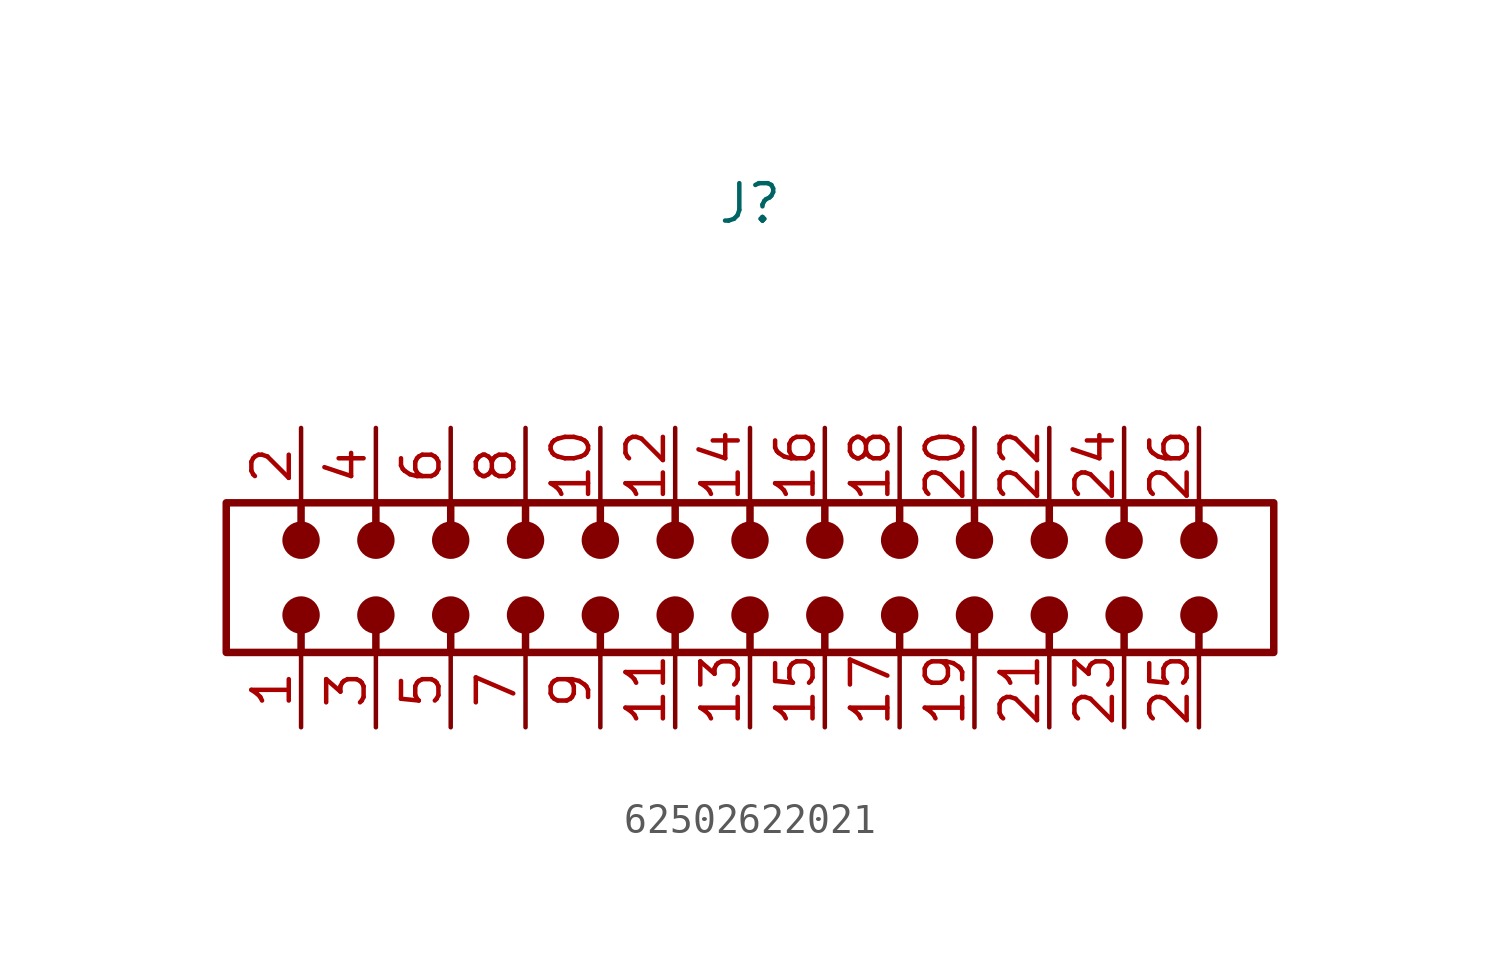
<source format=kicad_sym>
(kicad_symbol_lib
  (version 20241209)
  (generator "kicad_symbol_editor")
  (generator_version "9.0")
  (symbol "62502622021"
    (pin_names
      (hide yes))
    (property "Reference" "J"
      (at 0 12.7 0)
      (effects (font (size 1.27 1.27))))
    (symbol "62502622021_1_1"
      (rectangle (start -17.78 2.54) (end 17.78 -2.54) (stroke (width 0.254) (type solid)) (fill (type none)))
      (polyline (pts (xy -15.24 1.778) (xy -15.24 2.54)) (stroke (width 0.254) (type solid)) (fill (type none)))
      (circle (center -15.24 1.27) (radius 0.508) (stroke (width 0.254) (type solid)) (fill (type outline)))
      (circle (center -15.24 -1.27) (radius 0.508) (stroke (width 0.254) (type solid)) (fill (type outline)))
      (polyline (pts (xy -15.24 -1.778) (xy -15.24 -2.54)) (stroke (width 0.254) (type solid)) (fill (type none)))
      (polyline (pts (xy -12.7 1.778) (xy -12.7 2.54)) (stroke (width 0.254) (type solid)) (fill (type none)))
      (circle (center -12.7 1.27) (radius 0.508) (stroke (width 0.254) (type solid)) (fill (type outline)))
      (circle (center -12.7 -1.27) (radius 0.508) (stroke (width 0.254) (type solid)) (fill (type outline)))
      (polyline (pts (xy -12.7 -1.778) (xy -12.7 -2.54)) (stroke (width 0.254) (type solid)) (fill (type none)))
      (polyline (pts (xy -10.16 1.778) (xy -10.16 2.54)) (stroke (width 0.254) (type solid)) (fill (type none)))
      (circle (center -10.16 1.27) (radius 0.508) (stroke (width 0.254) (type solid)) (fill (type outline)))
      (circle (center -10.16 -1.27) (radius 0.508) (stroke (width 0.254) (type solid)) (fill (type outline)))
      (polyline (pts (xy -10.16 -1.778) (xy -10.16 -2.54)) (stroke (width 0.254) (type solid)) (fill (type none)))
      (polyline (pts (xy -7.62 1.778) (xy -7.62 2.54)) (stroke (width 0.254) (type solid)) (fill (type none)))
      (circle (center -7.62 1.27) (radius 0.508) (stroke (width 0.254) (type solid)) (fill (type outline)))
      (circle (center -7.62 -1.27) (radius 0.508) (stroke (width 0.254) (type solid)) (fill (type outline)))
      (polyline (pts (xy -7.62 -1.778) (xy -7.62 -2.54)) (stroke (width 0.254) (type solid)) (fill (type none)))
      (polyline (pts (xy -5.08 1.778) (xy -5.08 2.54)) (stroke (width 0.254) (type solid)) (fill (type none)))
      (circle (center -5.08 1.27) (radius 0.508) (stroke (width 0.254) (type solid)) (fill (type outline)))
      (circle (center -5.08 -1.27) (radius 0.508) (stroke (width 0.254) (type solid)) (fill (type outline)))
      (polyline (pts (xy -5.08 -1.778) (xy -5.08 -2.54)) (stroke (width 0.254) (type solid)) (fill (type none)))
      (polyline (pts (xy -2.54 1.778) (xy -2.54 2.54)) (stroke (width 0.254) (type solid)) (fill (type none)))
      (circle (center -2.54 1.27) (radius 0.508) (stroke (width 0.254) (type solid)) (fill (type outline)))
      (circle (center -2.54 -1.27) (radius 0.508) (stroke (width 0.254) (type solid)) (fill (type outline)))
      (polyline (pts (xy -2.54 -1.778) (xy -2.54 -2.54)) (stroke (width 0.254) (type solid)) (fill (type none)))
      (polyline (pts (xy 0 1.778) (xy 0 2.54)) (stroke (width 0.254) (type solid)) (fill (type none)))
      (circle (center 0 1.27) (radius 0.508) (stroke (width 0.254) (type solid)) (fill (type outline)))
      (circle (center 0 -1.27) (radius 0.508) (stroke (width 0.254) (type solid)) (fill (type outline)))
      (polyline (pts (xy 0 -1.778) (xy 0 -2.54)) (stroke (width 0.254) (type solid)) (fill (type none)))
      (polyline (pts (xy 2.54 1.778) (xy 2.54 2.54)) (stroke (width 0.254) (type solid)) (fill (type none)))
      (circle (center 2.54 1.27) (radius 0.508) (stroke (width 0.254) (type solid)) (fill (type outline)))
      (circle (center 2.54 -1.27) (radius 0.508) (stroke (width 0.254) (type solid)) (fill (type outline)))
      (polyline (pts (xy 2.54 -1.778) (xy 2.54 -2.54)) (stroke (width 0.254) (type solid)) (fill (type none)))
      (polyline (pts (xy 5.08 1.778) (xy 5.08 2.54)) (stroke (width 0.254) (type solid)) (fill (type none)))
      (circle (center 5.08 1.27) (radius 0.508) (stroke (width 0.254) (type solid)) (fill (type outline)))
      (circle (center 5.08 -1.27) (radius 0.508) (stroke (width 0.254) (type solid)) (fill (type outline)))
      (polyline (pts (xy 5.08 -1.778) (xy 5.08 -2.54)) (stroke (width 0.254) (type solid)) (fill (type none)))
      (polyline (pts (xy 7.62 1.778) (xy 7.62 2.54)) (stroke (width 0.254) (type solid)) (fill (type none)))
      (circle (center 7.62 1.27) (radius 0.508) (stroke (width 0.254) (type solid)) (fill (type outline)))
      (circle (center 7.62 -1.27) (radius 0.508) (stroke (width 0.254) (type solid)) (fill (type outline)))
      (polyline (pts (xy 7.62 -1.778) (xy 7.62 -2.54)) (stroke (width 0.254) (type solid)) (fill (type none)))
      (polyline (pts (xy 10.16 1.778) (xy 10.16 2.54)) (stroke (width 0.254) (type solid)) (fill (type none)))
      (circle (center 10.16 1.27) (radius 0.508) (stroke (width 0.254) (type solid)) (fill (type outline)))
      (circle (center 10.16 -1.27) (radius 0.508) (stroke (width 0.254) (type solid)) (fill (type outline)))
      (polyline (pts (xy 10.16 -1.778) (xy 10.16 -2.54)) (stroke (width 0.254) (type solid)) (fill (type none)))
      (polyline (pts (xy 12.7 1.778) (xy 12.7 2.54)) (stroke (width 0.254) (type solid)) (fill (type none)))
      (circle (center 12.7 1.27) (radius 0.508) (stroke (width 0.254) (type solid)) (fill (type outline)))
      (circle (center 12.7 -1.27) (radius 0.508) (stroke (width 0.254) (type solid)) (fill (type outline)))
      (polyline (pts (xy 12.7 -1.778) (xy 12.7 -2.54)) (stroke (width 0.254) (type solid)) (fill (type none)))
      (polyline (pts (xy 15.24 1.778) (xy 15.24 2.54)) (stroke (width 0.254) (type solid)) (fill (type none)))
      (circle (center 15.24 1.27) (radius 0.508) (stroke (width 0.254) (type solid)) (fill (type outline)))
      (circle (center 15.24 -1.27) (radius 0.508) (stroke (width 0.254) (type solid)) (fill (type outline)))
      (polyline (pts (xy 15.24 -1.778) (xy 15.24 -2.54)) (stroke (width 0.254) (type solid)) (fill (type none)))
      (pin passive line (at -15.24 5.08 270) (length 2.54) (name "2" (effects (font (size 1.27 1.27)))) (number "2" (effects (font (size 1.27 1.27)))))
      (pin passive line (at -15.24 -5.08 90) (length 2.54) (name "1" (effects (font (size 1.27 1.27)))) (number "1" (effects (font (size 1.27 1.27)))))
      (pin passive line (at -12.7 5.08 270) (length 2.54) (name "4" (effects (font (size 1.27 1.27)))) (number "4" (effects (font (size 1.27 1.27)))))
      (pin passive line (at -12.7 -5.08 90) (length 2.54) (name "3" (effects (font (size 1.27 1.27)))) (number "3" (effects (font (size 1.27 1.27)))))
      (pin passive line (at -10.16 5.08 270) (length 2.54) (name "6" (effects (font (size 1.27 1.27)))) (number "6" (effects (font (size 1.27 1.27)))))
      (pin passive line (at -10.16 -5.08 90) (length 2.54) (name "5" (effects (font (size 1.27 1.27)))) (number "5" (effects (font (size 1.27 1.27)))))
      (pin passive line (at -7.62 5.08 270) (length 2.54) (name "8" (effects (font (size 1.27 1.27)))) (number "8" (effects (font (size 1.27 1.27)))))
      (pin passive line (at -7.62 -5.08 90) (length 2.54) (name "7" (effects (font (size 1.27 1.27)))) (number "7" (effects (font (size 1.27 1.27)))))
      (pin passive line (at -5.08 5.08 270) (length 2.54) (name "10" (effects (font (size 1.27 1.27)))) (number "10" (effects (font (size 1.27 1.27)))))
      (pin passive line (at -5.08 -5.08 90) (length 2.54) (name "9" (effects (font (size 1.27 1.27)))) (number "9" (effects (font (size 1.27 1.27)))))
      (pin passive line (at -2.54 5.08 270) (length 2.54) (name "12" (effects (font (size 1.27 1.27)))) (number "12" (effects (font (size 1.27 1.27)))))
      (pin passive line (at -2.54 -5.08 90) (length 2.54) (name "11" (effects (font (size 1.27 1.27)))) (number "11" (effects (font (size 1.27 1.27)))))
      (pin passive line (at 0 5.08 270) (length 2.54) (name "14" (effects (font (size 1.27 1.27)))) (number "14" (effects (font (size 1.27 1.27)))))
      (pin passive line (at 0 -5.08 90) (length 2.54) (name "13" (effects (font (size 1.27 1.27)))) (number "13" (effects (font (size 1.27 1.27)))))
      (pin passive line (at 2.54 5.08 270) (length 2.54) (name "16" (effects (font (size 1.27 1.27)))) (number "16" (effects (font (size 1.27 1.27)))))
      (pin passive line (at 2.54 -5.08 90) (length 2.54) (name "15" (effects (font (size 1.27 1.27)))) (number "15" (effects (font (size 1.27 1.27)))))
      (pin passive line (at 5.08 5.08 270) (length 2.54) (name "18" (effects (font (size 1.27 1.27)))) (number "18" (effects (font (size 1.27 1.27)))))
      (pin passive line (at 5.08 -5.08 90) (length 2.54) (name "17" (effects (font (size 1.27 1.27)))) (number "17" (effects (font (size 1.27 1.27)))))
      (pin passive line (at 7.62 5.08 270) (length 2.54) (name "20" (effects (font (size 1.27 1.27)))) (number "20" (effects (font (size 1.27 1.27)))))
      (pin passive line (at 7.62 -5.08 90) (length 2.54) (name "19" (effects (font (size 1.27 1.27)))) (number "19" (effects (font (size 1.27 1.27)))))
      (pin passive line (at 10.16 5.08 270) (length 2.54) (name "22" (effects (font (size 1.27 1.27)))) (number "22" (effects (font (size 1.27 1.27)))))
      (pin passive line (at 10.16 -5.08 90) (length 2.54) (name "21" (effects (font (size 1.27 1.27)))) (number "21" (effects (font (size 1.27 1.27)))))
      (pin passive line (at 12.7 5.08 270) (length 2.54) (name "24" (effects (font (size 1.27 1.27)))) (number "24" (effects (font (size 1.27 1.27)))))
      (pin passive line (at 12.7 -5.08 90) (length 2.54) (name "23" (effects (font (size 1.27 1.27)))) (number "23" (effects (font (size 1.27 1.27)))))
      (pin passive line (at 15.24 5.08 270) (length 2.54) (name "26" (effects (font (size 1.27 1.27)))) (number "26" (effects (font (size 1.27 1.27)))))
      (pin passive line (at 15.24 -5.08 90) (length 2.54) (name "25" (effects (font (size 1.27 1.27)))) (number "25" (effects (font (size 1.27 1.27))))))))
</source>
